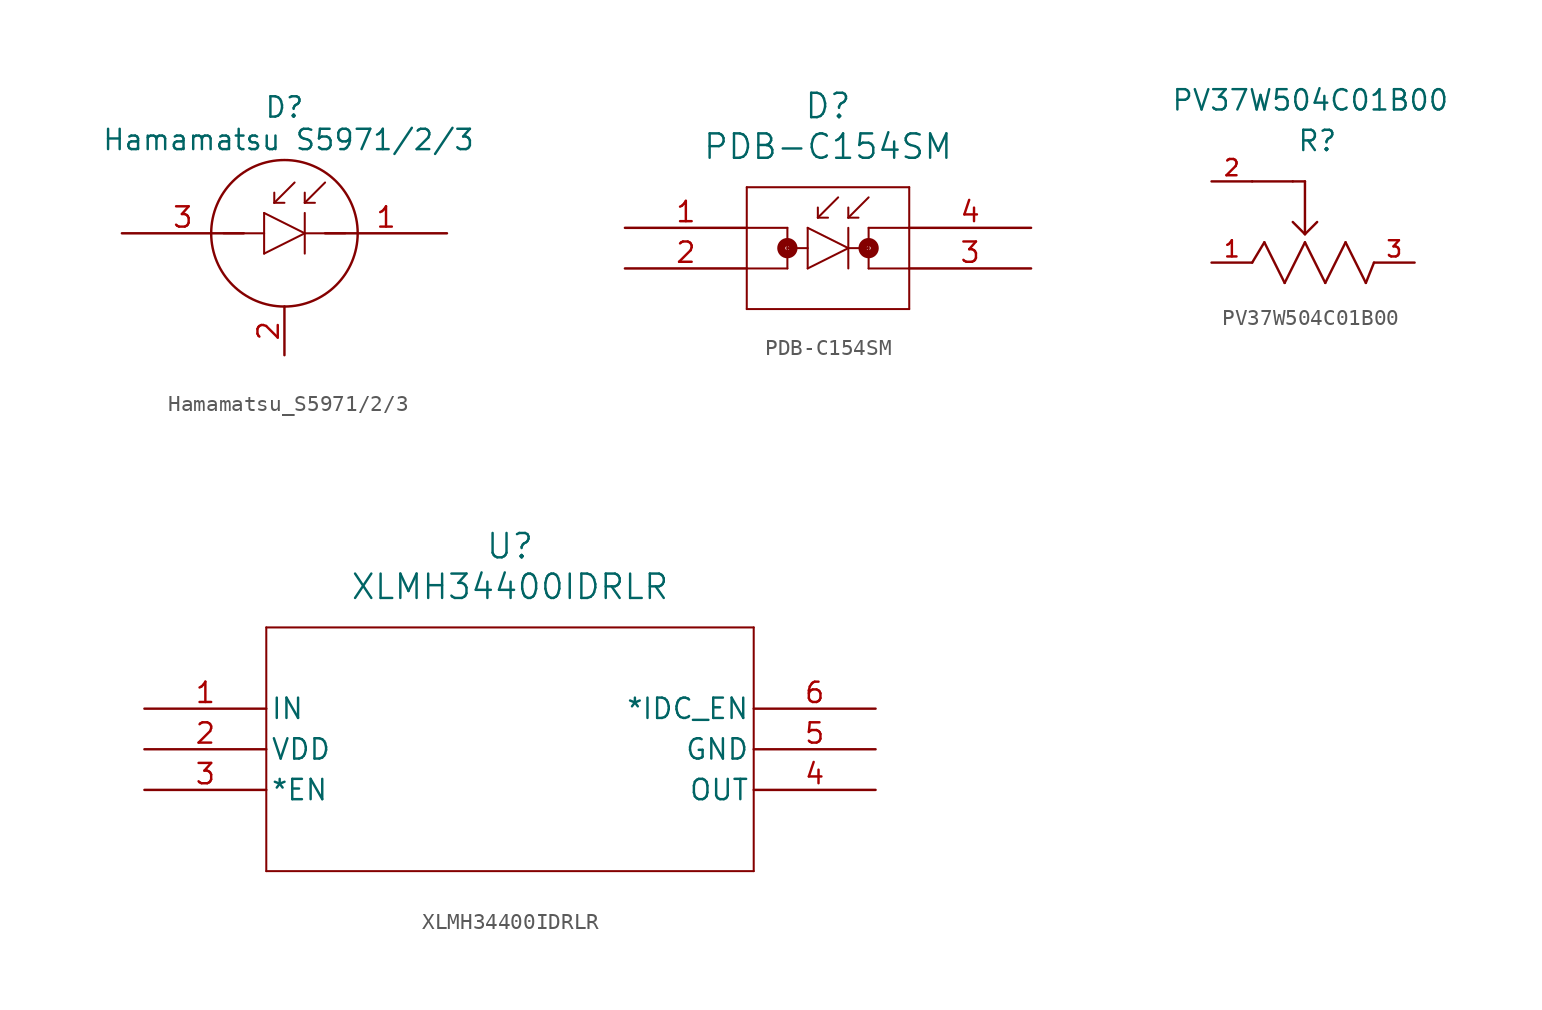
<source format=kicad_sym>
(kicad_symbol_lib
  (version 20231120)
  (generator "kicad_symbol_editor")
  (generator_version "8.0")
  (symbol "Hamamatsu_S5971/2/3"
    (pin_names hide)
    (property "Reference" "D"
      (at 0 7.874 0)
      (effects (font (size 1.27 1.27))))
    (property "Value" "Hamamatsu S5971/2/3"
      (at 0.254 5.842 0)
      (effects (font (size 1.27 1.27))))
    (symbol "Hamamatsu_S5971/2/3_0_1"
      (polyline (pts (xy -3.81 0) (xy -1.27 0)) (stroke (width 0.127) (type default)) (fill (type none)))
      (polyline (pts (xy -1.27 -1.27) (xy 1.27 0)) (stroke (width 0.127) (type default)) (fill (type none)))
      (polyline (pts (xy -1.27 1.27) (xy -1.27 -1.27)) (stroke (width 0.127) (type default)) (fill (type none)))
      (polyline (pts (xy -0.635 1.905) (xy -0.635 2.54)) (stroke (width 0.127) (type default)) (fill (type none)))
      (polyline (pts (xy -0.635 1.905) (xy 0 1.905)) (stroke (width 0.127) (type default)) (fill (type none)))
      (polyline (pts (xy 0.635 3.175) (xy -0.635 1.905)) (stroke (width 0.127) (type default)) (fill (type none)))
      (polyline (pts (xy 1.27 0) (xy -1.27 1.27)) (stroke (width 0.127) (type default)) (fill (type none)))
      (polyline (pts (xy 1.27 0) (xy 3.81 0)) (stroke (width 0.127) (type default)) (fill (type none)))
      (polyline (pts (xy 1.27 1.27) (xy 1.27 -1.27)) (stroke (width 0.127) (type default)) (fill (type none)))
      (polyline (pts (xy 1.27 1.905) (xy 1.27 2.54)) (stroke (width 0.127) (type default)) (fill (type none)))
      (polyline (pts (xy 1.27 1.905) (xy 1.905 1.905)) (stroke (width 0.127) (type default)) (fill (type none)))
      (polyline (pts (xy 2.54 3.175) (xy 1.27 1.905)) (stroke (width 0.127) (type default)) (fill (type none))))
    (symbol "Hamamatsu_S5971/2/3_1_1"
      (circle (center 0 0) (radius 4.579) (stroke (width 0) (type default)) (fill (type none)))
      (pin passive line (at 10.16 0 180) (length 7.62) (name "1" (effects (font (size 1.27 1.27)))) (number "1" (effects (font (size 1.27 1.27)))))
      (pin passive line (at 0 -7.62 90) (length 3.048) (name "2" (effects (font (size 1.27 1.27)))) (number "2" (effects (font (size 1.27 1.27)))))
      (pin passive line (at -10.16 0 0) (length 7.62) (name "" (effects (font (size 1.27 1.27)))) (number "3" (effects (font (size 1.27 1.27)))))))
  (symbol "PDB-C154SM"
    (pin_names
      (offset 0.254) hide)
    (property "Reference" "D"
      (at 11.43 7.62 0)
      (effects (font (size 1.524 1.524))))
    (property "Value" "PDB-C154SM"
      (at 11.43 5.08 0)
      (effects (font (size 1.524 1.524))))
    (symbol "PDB-C154SM_0_1"
      (polyline (pts (xy 6.35 -5.08) (xy 16.51 -5.08)) (stroke (width 0.127) (type default)) (fill (type none)))
      (polyline (pts (xy 6.35 0) (xy 8.89 0)) (stroke (width 0.127) (type default)) (fill (type none)))
      (polyline (pts (xy 6.35 2.54) (xy 6.35 -5.08)) (stroke (width 0.127) (type default)) (fill (type none)))
      (polyline (pts (xy 8.89 -2.54) (xy 6.35 -2.54)) (stroke (width 0.127) (type default)) (fill (type none)))
      (polyline (pts (xy 8.89 -1.27) (xy 10.16 -1.27)) (stroke (width 0.127) (type default)) (fill (type none)))
      (polyline (pts (xy 8.89 0) (xy 8.89 -2.54)) (stroke (width 0.127) (type default)) (fill (type none)))
      (polyline (pts (xy 10.16 -2.54) (xy 12.7 -1.27)) (stroke (width 0.127) (type default)) (fill (type none)))
      (polyline (pts (xy 10.16 0) (xy 10.16 -2.54)) (stroke (width 0.127) (type default)) (fill (type none)))
      (polyline (pts (xy 10.795 0.635) (xy 10.795 1.27)) (stroke (width 0.127) (type default)) (fill (type none)))
      (polyline (pts (xy 10.795 0.635) (xy 11.43 0.635)) (stroke (width 0.127) (type default)) (fill (type none)))
      (polyline (pts (xy 12.065 1.905) (xy 10.795 0.635)) (stroke (width 0.127) (type default)) (fill (type none)))
      (polyline (pts (xy 12.7 -1.27) (xy 10.16 0)) (stroke (width 0.127) (type default)) (fill (type none)))
      (polyline (pts (xy 12.7 -1.27) (xy 13.97 -1.27)) (stroke (width 0.127) (type default)) (fill (type none)))
      (polyline (pts (xy 12.7 0) (xy 12.7 -2.54)) (stroke (width 0.127) (type default)) (fill (type none)))
      (polyline (pts (xy 12.7 0.635) (xy 12.7 1.27)) (stroke (width 0.127) (type default)) (fill (type none)))
      (polyline (pts (xy 12.7 0.635) (xy 13.335 0.635)) (stroke (width 0.127) (type default)) (fill (type none)))
      (polyline (pts (xy 13.97 -2.54) (xy 16.51 -2.54)) (stroke (width 0.127) (type default)) (fill (type none)))
      (polyline (pts (xy 13.97 0) (xy 13.97 -2.54)) (stroke (width 0.127) (type default)) (fill (type none)))
      (polyline (pts (xy 13.97 1.905) (xy 12.7 0.635)) (stroke (width 0.127) (type default)) (fill (type none)))
      (polyline (pts (xy 16.51 -5.08) (xy 16.51 2.54)) (stroke (width 0.127) (type default)) (fill (type none)))
      (polyline (pts (xy 16.51 0) (xy 13.97 0)) (stroke (width 0.127) (type default)) (fill (type none)))
      (polyline (pts (xy 16.51 2.54) (xy 6.35 2.54)) (stroke (width 0.127) (type default)) (fill (type none)))
      (circle (center 8.89 -1.27) (radius 0.127) (stroke (width 0.508) (type default)) (fill (type none)))
      (circle (center 13.97 -1.27) (radius 0.127) (stroke (width 0.508) (type default)) (fill (type none))))
    (symbol "PDB-C154SM_1_1"
      (pin passive line (at -1.27 0 0) (length 7.62) (name "ANODE" (effects (font (size 1.27 1.27)))) (number "1" (effects (font (size 1.27 1.27)))))
      (pin passive line (at -1.27 -2.54 0) (length 7.62) (name "ANODE" (effects (font (size 1.27 1.27)))) (number "2" (effects (font (size 1.27 1.27)))))
      (pin passive line (at 24.13 -2.54 180) (length 7.62) (name "CATHODE" (effects (font (size 1.27 1.27)))) (number "3" (effects (font (size 1.27 1.27)))))
      (pin passive line (at 24.13 0 180) (length 7.62) (name "CATHODE" (effects (font (size 1.27 1.27)))) (number "4" (effects (font (size 1.27 1.27)))))))
  (symbol "PV37W504C01B00"
    (pin_names
      (offset 1.016))
    (property "Reference" "R"
      (at 7.874 2.54 0)
      (effects (font (size 1.27 1.27)) (justify left)))
    (property "Value" "PV37W504C01B00"
      (at 0 5.08 0)
      (effects (font (size 1.27 1.27)) (justify left)))
    (property "ki_locked" ""
      (at 0 0 0)
      (effects (font (size 1.27 1.27))))
    (symbol "PV37W504C01B00_1_1"
      (polyline (pts (xy 5.08 -5.08) (xy 5.842 -3.81)) (stroke (width 0) (type solid)) (fill (type none)))
      (polyline (pts (xy 5.08 0) (xy 7.62 0)) (stroke (width 0) (type solid)) (fill (type none)))
      (polyline (pts (xy 5.842 -3.81) (xy 7.112 -6.35)) (stroke (width 0) (type solid)) (fill (type none)))
      (polyline (pts (xy 7.112 -6.35) (xy 8.382 -3.81)) (stroke (width 0) (type solid)) (fill (type none)))
      (polyline (pts (xy 8.382 -3.81) (xy 9.652 -6.35)) (stroke (width 0) (type solid)) (fill (type none)))
      (polyline (pts (xy 8.382 -3.302) (xy 7.62 -2.54)) (stroke (width 0) (type solid)) (fill (type none)))
      (polyline (pts (xy 8.382 -3.302) (xy 8.382 0)) (stroke (width 0) (type solid)) (fill (type none)))
      (polyline (pts (xy 8.382 -3.302) (xy 9.144 -2.54)) (stroke (width 0) (type solid)) (fill (type none)))
      (polyline (pts (xy 8.382 0) (xy 7.62 0)) (stroke (width 0) (type solid)) (fill (type none)))
      (polyline (pts (xy 9.652 -6.35) (xy 10.922 -3.81)) (stroke (width 0) (type solid)) (fill (type none)))
      (polyline (pts (xy 10.922 -3.81) (xy 12.192 -6.35)) (stroke (width 0) (type solid)) (fill (type none)))
      (polyline (pts (xy 12.192 -6.35) (xy 12.7 -5.08)) (stroke (width 0) (type solid)) (fill (type none)))
      (pin passive line (at 2.54 -5.08 0) (length 2.54) (name "1" (effects (font (size 0 0)))) (number "1" (effects (font (size 1.016 1.016)))))
      (pin passive line (at 2.54 0 0) (length 2.54) (name "2" (effects (font (size 0 0)))) (number "2" (effects (font (size 1.016 1.016)))))
      (pin passive line (at 15.24 -5.08 180) (length 2.54) (name "3" (effects (font (size 0 0)))) (number "3" (effects (font (size 1.016 1.016)))))))
  (symbol "XLMH34400IDRLR"
    (pin_names
      (offset 0.254))
    (property "Reference" "U"
      (at 22.86 10.16 0)
      (effects (font (size 1.524 1.524))))
    (property "Value" "XLMH34400IDRLR"
      (at 22.86 7.62 0)
      (effects (font (size 1.524 1.524))))
    (property "ki_locked" ""
      (at 0 0 0)
      (effects (font (size 1.27 1.27))))
    (symbol "XLMH34400IDRLR_0_1"
      (polyline (pts (xy 7.62 -10.16) (xy 38.1 -10.16)) (stroke (width 0.127) (type default)) (fill (type none)))
      (polyline (pts (xy 7.62 5.08) (xy 7.62 -10.16)) (stroke (width 0.127) (type default)) (fill (type none)))
      (polyline (pts (xy 38.1 -10.16) (xy 38.1 5.08)) (stroke (width 0.127) (type default)) (fill (type none)))
      (polyline (pts (xy 38.1 5.08) (xy 7.62 5.08)) (stroke (width 0.127) (type default)) (fill (type none)))
      (pin input line (at 0 0 0) (length 7.62) (name "IN" (effects (font (size 1.27 1.27)))) (number "1" (effects (font (size 1.27 1.27)))))
      (pin power_in line (at 0 -2.54 0) (length 7.62) (name "VDD" (effects (font (size 1.27 1.27)))) (number "2" (effects (font (size 1.27 1.27)))))
      (pin input line (at 0 -5.08 0) (length 7.62) (name "*EN" (effects (font (size 1.27 1.27)))) (number "3" (effects (font (size 1.27 1.27)))))
      (pin output line (at 45.72 -5.08 180) (length 7.62) (name "OUT" (effects (font (size 1.27 1.27)))) (number "4" (effects (font (size 1.27 1.27)))))
      (pin power_out line (at 45.72 -2.54 180) (length 7.62) (name "GND" (effects (font (size 1.27 1.27)))) (number "5" (effects (font (size 1.27 1.27)))))
      (pin input line (at 45.72 0 180) (length 7.62) (name "*IDC_EN" (effects (font (size 1.27 1.27)))) (number "6" (effects (font (size 1.27 1.27))))))))
</source>
